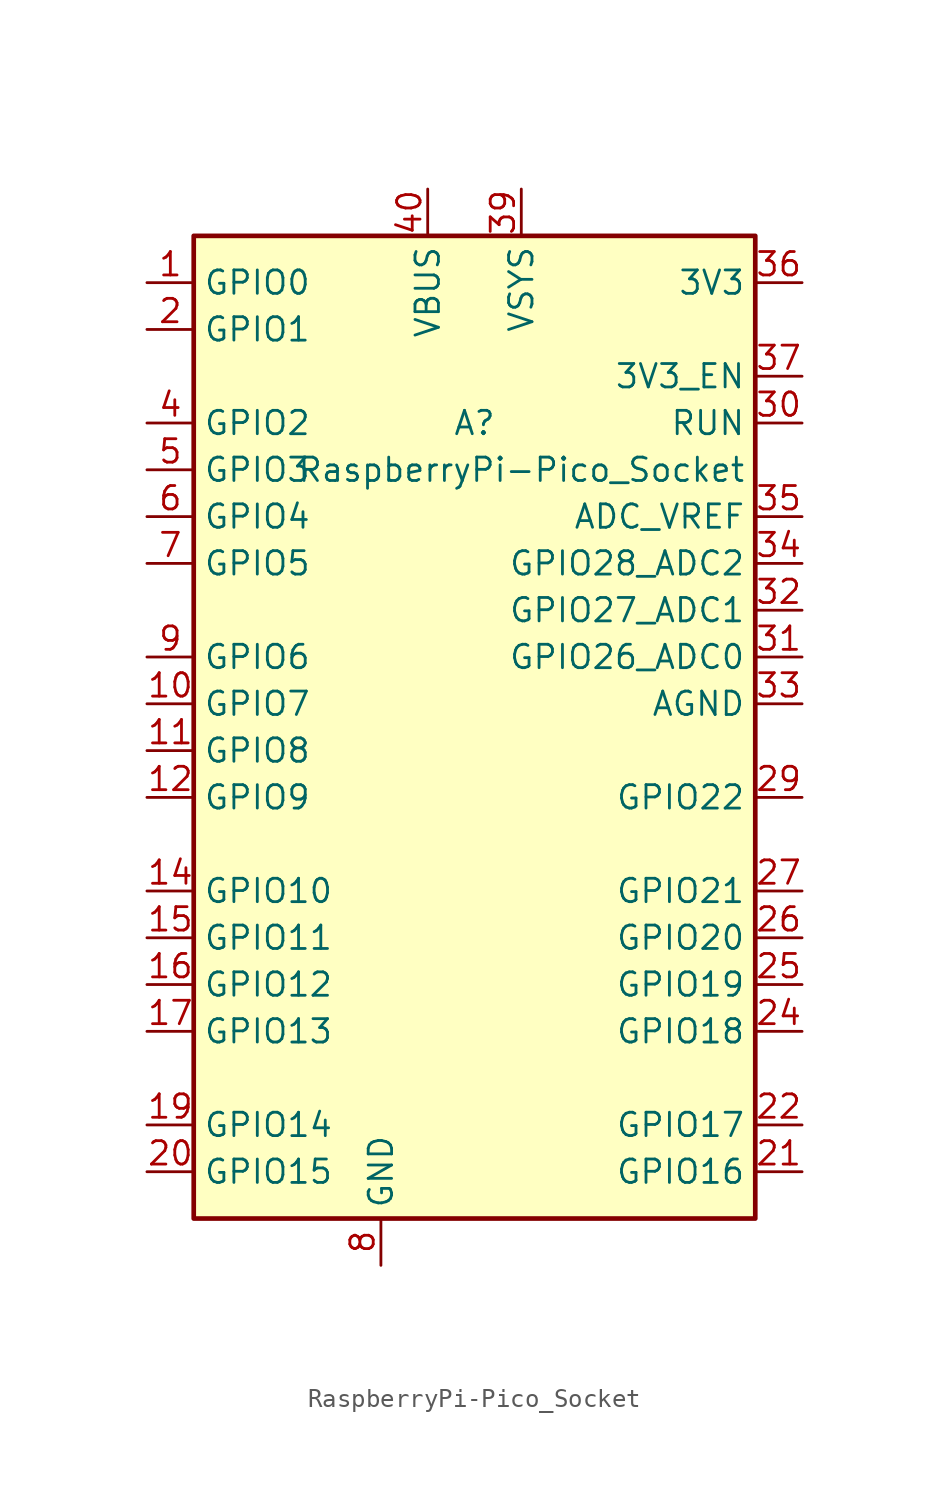
<source format=kicad_sym>
(kicad_symbol_lib
  (version 20211014)
  (generator kicad_symbol_editor)
  (symbol "RaspberryPi-Pico_Socket"
    (property "Reference" "A"
      (at 0 17.78 0)
      (effects (font (size 1.27 1.27))))
    (property "Value" "RaspberryPi-Pico_Socket"
      (at 2.54 15.24 0)
      (effects (font (size 1.27 1.27))))
    (symbol "RaspberryPi-Pico_Socket_0_1"
      (rectangle (start -15.24 27.94) (end 15.24 -25.4) (stroke (width 0.254) (type default) (color 0 0 0 0)) (fill (type background))))
    (symbol "RaspberryPi-Pico_Socket_1_1"
      (pin bidirectional line (at -17.78 25.4 0) (length 2.54) (name "GPIO0" (effects (font (size 1.27 1.27)))) (number "1" (effects (font (size 1.27 1.27)))) (alternate "I2C0_SDA" bidirectional line) (alternate "PWM0_A" output line) (alternate "SPI0_RX" input line) (alternate "UART0_TX" output line) (alternate "USB_OVCUR_DET" input line))
      (pin bidirectional line (at -17.78 2.54 0) (length 2.54) (name "GPIO7" (effects (font (size 1.27 1.27)))) (number "10" (effects (font (size 1.27 1.27)))) (alternate "I2C1_SCL" bidirectional line) (alternate "PWM3_B" bidirectional line) (alternate "SPI0_TX" output line) (alternate "USB_VBUS_DET" input line) (alternate "~{UART1_RTS}" output line))
      (pin bidirectional line (at -17.78 0 0) (length 2.54) (name "GPIO8" (effects (font (size 1.27 1.27)))) (number "11" (effects (font (size 1.27 1.27)))) (alternate "I2C0_SDA" bidirectional line) (alternate "PWM4_A" output line) (alternate "SPI1_RX" input line) (alternate "UART1_TX" output line) (alternate "USB_VBUS_EN" output line))
      (pin bidirectional line (at -17.78 -2.54 0) (length 2.54) (name "GPIO9" (effects (font (size 1.27 1.27)))) (number "12" (effects (font (size 1.27 1.27)))) (alternate "I2C0_SCL" bidirectional line) (alternate "PWM4_B" bidirectional line) (alternate "UART1_RX" input line) (alternate "USB_OVCUR_DET" input line) (alternate "~{SPI1_CS}" output line))
      (pin passive line (at -5.08 -27.94 90) (length 2.54) hide (name "GND" (effects (font (size 1.27 1.27)))) (number "13" (effects (font (size 1.27 1.27)))))
      (pin bidirectional line (at -17.78 -7.62 0) (length 2.54) (name "GPIO10" (effects (font (size 1.27 1.27)))) (number "14" (effects (font (size 1.27 1.27)))) (alternate "I2C1_SDA" bidirectional line) (alternate "PWM5_A" output line) (alternate "SPI1_SCK" bidirectional line) (alternate "USB_VBUS_DET" input line) (alternate "~{UART1_CTS}" input line))
      (pin bidirectional line (at -17.78 -10.16 0) (length 2.54) (name "GPIO11" (effects (font (size 1.27 1.27)))) (number "15" (effects (font (size 1.27 1.27)))) (alternate "I2C1_SCL" bidirectional line) (alternate "PWM5_B" bidirectional line) (alternate "SPI1_TX" output line) (alternate "USB_VBUS_EN" output line) (alternate "~{UART1_RTS}" output line))
      (pin bidirectional line (at -17.78 -12.7 0) (length 2.54) (name "GPIO12" (effects (font (size 1.27 1.27)))) (number "16" (effects (font (size 1.27 1.27)))) (alternate "I2C0_SDA" bidirectional line) (alternate "PWM6_A" output line) (alternate "SPI1_RX" input line) (alternate "UART0_TX" output line) (alternate "USB_OVCUR_DET" input line))
      (pin bidirectional line (at -17.78 -15.24 0) (length 2.54) (name "GPIO13" (effects (font (size 1.27 1.27)))) (number "17" (effects (font (size 1.27 1.27)))) (alternate "I2C0_SCL" bidirectional line) (alternate "PWM6_B" bidirectional line) (alternate "UART0_RX" input line) (alternate "USB_VBUS_DET" input line) (alternate "~{SPI1_CS}" output line))
      (pin passive line (at -5.08 -27.94 90) (length 2.54) hide (name "GND" (effects (font (size 1.27 1.27)))) (number "18" (effects (font (size 1.27 1.27)))))
      (pin bidirectional line (at -17.78 -20.32 0) (length 2.54) (name "GPIO14" (effects (font (size 1.27 1.27)))) (number "19" (effects (font (size 1.27 1.27)))) (alternate "I2C1_SDA" bidirectional line) (alternate "PWM7_A" output line) (alternate "SPI1_SCK" bidirectional line) (alternate "USB_VBUS_EN" output line) (alternate "~{UART0_CTS}" input line))
      (pin bidirectional line (at -17.78 22.86 0) (length 2.54) (name "GPIO1" (effects (font (size 1.27 1.27)))) (number "2" (effects (font (size 1.27 1.27)))) (alternate "I2C0_SCL" bidirectional line) (alternate "PWM0_B" bidirectional line) (alternate "UART0_RX" input line) (alternate "USB_VBUS_DET" input line) (alternate "~{SPI0_CS}" output line))
      (pin bidirectional line (at -17.78 -22.86 0) (length 2.54) (name "GPIO15" (effects (font (size 1.27 1.27)))) (number "20" (effects (font (size 1.27 1.27)))) (alternate "I2C1_SCL" bidirectional line) (alternate "PWM7_B" bidirectional line) (alternate "SPI1_TX" output line) (alternate "USB_OVCUR_DET" input line) (alternate "~{UART0_RTS}" output line))
      (pin bidirectional line (at 17.78 -22.86 180) (length 2.54) (name "GPIO16" (effects (font (size 1.27 1.27)))) (number "21" (effects (font (size 1.27 1.27)))) (alternate "I2C0_SDA" bidirectional line) (alternate "PWM0_A" output line) (alternate "SPI0_RX" input line) (alternate "UART0_TX" output line) (alternate "USB_VBUS_DET" input line))
      (pin bidirectional line (at 17.78 -20.32 180) (length 2.54) (name "GPIO17" (effects (font (size 1.27 1.27)))) (number "22" (effects (font (size 1.27 1.27)))) (alternate "I2C0_SCL" bidirectional line) (alternate "PWM0_B" bidirectional line) (alternate "UART0_RX" input line) (alternate "USB_VBUS_EN" output line) (alternate "~{SPI0_CS}" output line))
      (pin passive line (at -5.08 -27.94 90) (length 2.54) hide (name "GND" (effects (font (size 1.27 1.27)))) (number "23" (effects (font (size 1.27 1.27)))))
      (pin bidirectional line (at 17.78 -15.24 180) (length 2.54) (name "GPIO18" (effects (font (size 1.27 1.27)))) (number "24" (effects (font (size 1.27 1.27)))) (alternate "I2C1_SDA" bidirectional line) (alternate "PWM1_A" output line) (alternate "SPI0_SCK" bidirectional line) (alternate "USB_OVCUR_DET" input line) (alternate "~{UART0_CTS}" input line))
      (pin bidirectional line (at 17.78 -12.7 180) (length 2.54) (name "GPIO19" (effects (font (size 1.27 1.27)))) (number "25" (effects (font (size 1.27 1.27)))) (alternate "I2C1_SCL" bidirectional line) (alternate "PWM1_B" bidirectional line) (alternate "SPI0_TX" output line) (alternate "USB_VBUS_DET" input line) (alternate "~{UART0_RTS}" output line))
      (pin bidirectional line (at 17.78 -10.16 180) (length 2.54) (name "GPIO20" (effects (font (size 1.27 1.27)))) (number "26" (effects (font (size 1.27 1.27)))) (alternate "CLOCK_GPIN0" input line) (alternate "I2C0_SDA" bidirectional line) (alternate "PWM2_A" output line) (alternate "SPI0_RX" input line) (alternate "UART1_TX" output line) (alternate "USB_VBUS_EN" output line))
      (pin bidirectional line (at 17.78 -7.62 180) (length 2.54) (name "GPIO21" (effects (font (size 1.27 1.27)))) (number "27" (effects (font (size 1.27 1.27)))) (alternate "CLOCK_GPOUT0" output line) (alternate "I2C0_SCL" bidirectional line) (alternate "PWM2_B" bidirectional line) (alternate "UART1_RX" input line) (alternate "USB_OVCUR_DET" input line) (alternate "~{SPI0_CS}" output line))
      (pin passive line (at -5.08 -27.94 90) (length 2.54) hide (name "GND" (effects (font (size 1.27 1.27)))) (number "28" (effects (font (size 1.27 1.27)))))
      (pin bidirectional line (at 17.78 -2.54 180) (length 2.54) (name "GPIO22" (effects (font (size 1.27 1.27)))) (number "29" (effects (font (size 1.27 1.27)))) (alternate "CLOCK_GPIN1" input line) (alternate "I2C1_SDA" bidirectional line) (alternate "PWM3_A" output line) (alternate "SPI0_SCK" bidirectional line) (alternate "USB_VBUS_DET" input line) (alternate "~{UART1_CTS}" input line))
      (pin passive line (at -5.08 -27.94 90) (length 2.54) hide (name "GND" (effects (font (size 1.27 1.27)))) (number "3" (effects (font (size 1.27 1.27)))))
      (pin input line (at 17.78 17.78 180) (length 2.54) (name "RUN" (effects (font (size 1.27 1.27)))) (number "30" (effects (font (size 1.27 1.27)))) (alternate "~{RESET}" input line))
      (pin bidirectional line (at 17.78 5.08 180) (length 2.54) (name "GPIO26_ADC0" (effects (font (size 1.27 1.27)))) (number "31" (effects (font (size 1.27 1.27)))) (alternate "ADC0" input line) (alternate "GPIO26" bidirectional line) (alternate "I2C1_SDA" bidirectional line) (alternate "PWM5_A" output line) (alternate "SPI1_SCK" bidirectional line) (alternate "USB_VBUS_EN" output line) (alternate "~{UART1_CTS}" input line))
      (pin bidirectional line (at 17.78 7.62 180) (length 2.54) (name "GPIO27_ADC1" (effects (font (size 1.27 1.27)))) (number "32" (effects (font (size 1.27 1.27)))) (alternate "ADC1" input line) (alternate "GPIO27" bidirectional line) (alternate "I2C1_SCL" bidirectional line) (alternate "PWM5_B" bidirectional line) (alternate "SPI1_TX" output line) (alternate "USB_OVCUR_DET" input line) (alternate "~{UART1_RTS}" output line))
      (pin power_in line (at 17.78 2.54 180) (length 2.54) (name "AGND" (effects (font (size 1.27 1.27)))) (number "33" (effects (font (size 1.27 1.27)))) (alternate "GND" power_in line))
      (pin bidirectional line (at 17.78 10.16 180) (length 2.54) (name "GPIO28_ADC2" (effects (font (size 1.27 1.27)))) (number "34" (effects (font (size 1.27 1.27)))) (alternate "ADC2" input line) (alternate "GPIO28" bidirectional line) (alternate "I2C0_SDA" bidirectional line) (alternate "PWM6_A" output line) (alternate "SPI1_RX" input line) (alternate "UART0_TX" output line) (alternate "USB_VBUS_DET" input line))
      (pin power_in line (at 17.78 12.7 180) (length 2.54) (name "ADC_VREF" (effects (font (size 1.27 1.27)))) (number "35" (effects (font (size 1.27 1.27)))))
      (pin power_out line (at 17.78 25.4 180) (length 2.54) (name "3V3" (effects (font (size 1.27 1.27)))) (number "36" (effects (font (size 1.27 1.27)))))
      (pin input line (at 17.78 20.32 180) (length 2.54) (name "3V3_EN" (effects (font (size 1.27 1.27)))) (number "37" (effects (font (size 1.27 1.27)))))
      (pin passive line (at -5.08 -27.94 90) (length 2.54) hide (name "GND" (effects (font (size 1.27 1.27)))) (number "38" (effects (font (size 1.27 1.27)))))
      (pin power_out line (at 2.54 30.48 270) (length 2.54) (name "VSYS" (effects (font (size 1.27 1.27)))) (number "39" (effects (font (size 1.27 1.27)))) (alternate "VSYS" power_in line))
      (pin bidirectional line (at -17.78 17.78 0) (length 2.54) (name "GPIO2" (effects (font (size 1.27 1.27)))) (number "4" (effects (font (size 1.27 1.27)))) (alternate "I2C1_SDA" bidirectional line) (alternate "PWM1_A" output line) (alternate "SPI0_SCK" bidirectional line) (alternate "USB_VBUS_EN" output line) (alternate "~{UART0_CTS}" input line))
      (pin power_out line (at -2.54 30.48 270) (length 2.54) (name "VBUS" (effects (font (size 1.27 1.27)))) (number "40" (effects (font (size 1.27 1.27)))) (alternate "VBUS" power_in line))
      (pin bidirectional line (at -17.78 15.24 0) (length 2.54) (name "GPIO3" (effects (font (size 1.27 1.27)))) (number "5" (effects (font (size 1.27 1.27)))) (alternate "I2C1_SCL" bidirectional line) (alternate "PWM1_B" bidirectional line) (alternate "SPI0_TX" output line) (alternate "USB_OVCUR_DET" input line) (alternate "~{UART0_RTS}" output line))
      (pin bidirectional line (at -17.78 12.7 0) (length 2.54) (name "GPIO4" (effects (font (size 1.27 1.27)))) (number "6" (effects (font (size 1.27 1.27)))) (alternate "I2C0_SDA" bidirectional line) (alternate "PWM2_A" output line) (alternate "SPI0_RX" input line) (alternate "UART1_TX" output line) (alternate "USB_VBUS_DET" input line))
      (pin bidirectional line (at -17.78 10.16 0) (length 2.54) (name "GPIO5" (effects (font (size 1.27 1.27)))) (number "7" (effects (font (size 1.27 1.27)))) (alternate "I2C0_SCL" bidirectional line) (alternate "PWM2_B" bidirectional line) (alternate "UART1_RX" input line) (alternate "USB_VBUS_EN" output line) (alternate "~{SPI0_CS}" output line))
      (pin power_in line (at -5.08 -27.94 90) (length 2.54) (name "GND" (effects (font (size 1.27 1.27)))) (number "8" (effects (font (size 1.27 1.27)))))
      (pin bidirectional line (at -17.78 5.08 0) (length 2.54) (name "GPIO6" (effects (font (size 1.27 1.27)))) (number "9" (effects (font (size 1.27 1.27)))) (alternate "I2C1_SDA" bidirectional line) (alternate "PWM3_A" output line) (alternate "SPI0_SCK" bidirectional line) (alternate "USB_OVCUR_DET" input line) (alternate "~{UART1_CTS}" input line)))))
</source>
